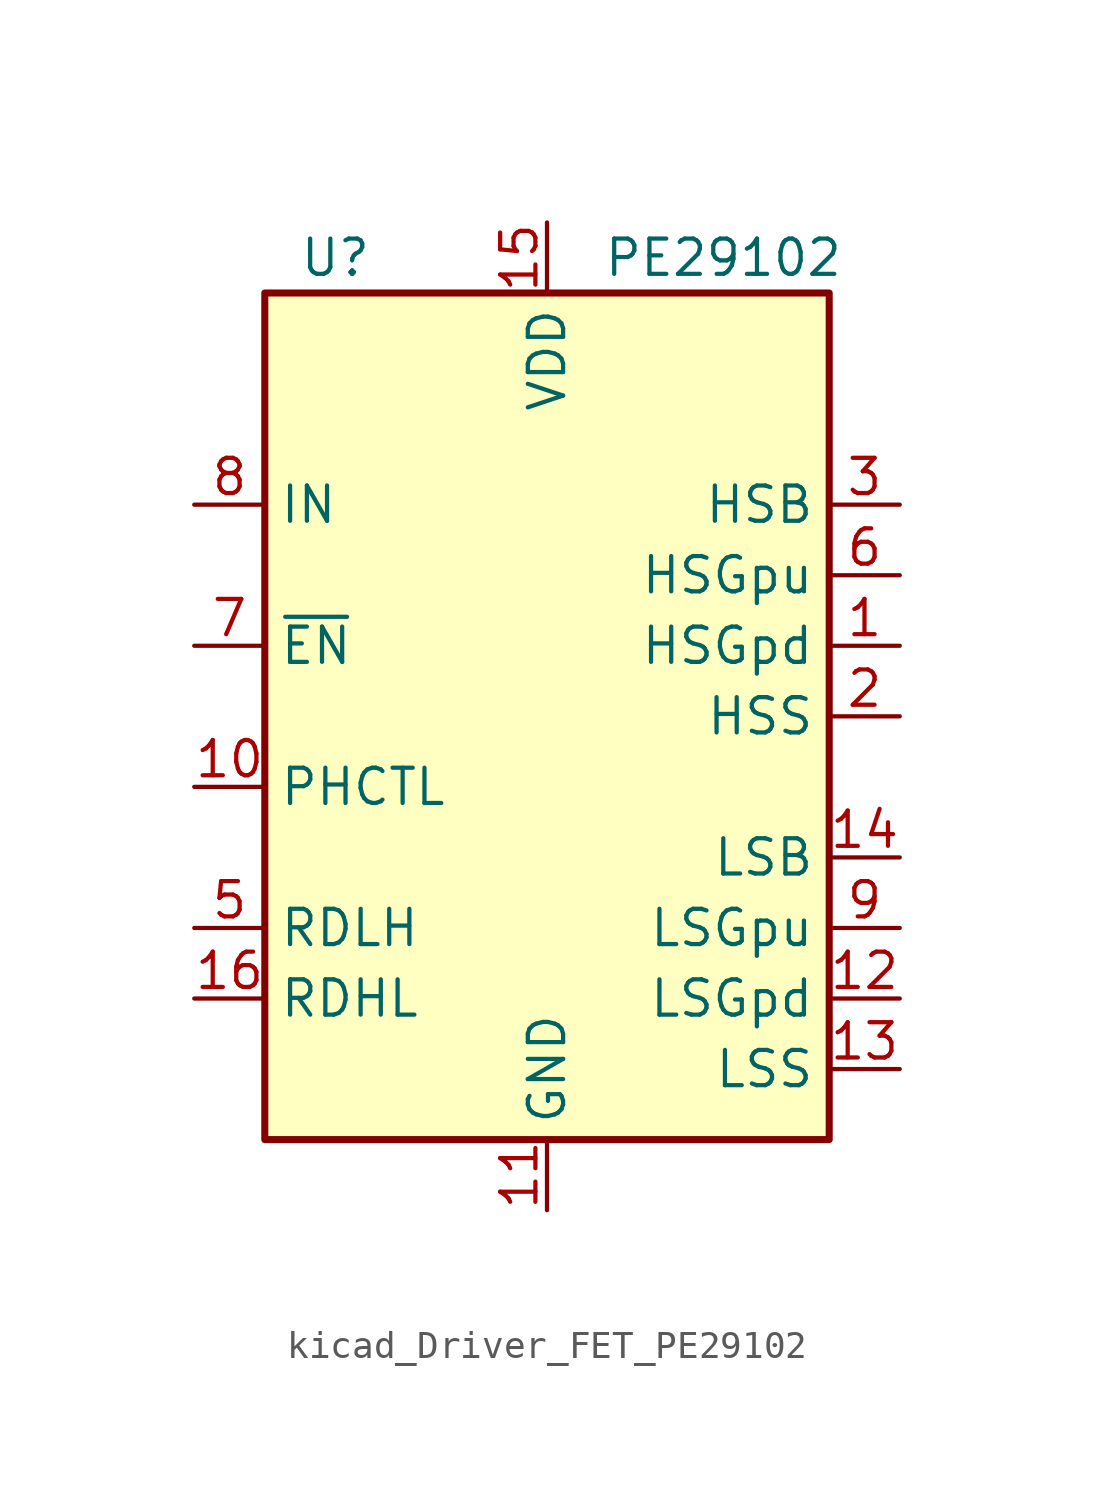
<source format=kicad_sym>
(kicad_symbol_lib
  (version 20220914)
  (generator kicad_symbol_editor)
  (symbol "kicad_Driver_FET_PE29102"
    (property "Reference" "U"
      (at -7.62 16.51 0)
      (effects (font (size 1.27 1.27))))
    (property "Value" "PE29102"
      (at 6.35 16.51 0)
      (effects (font (size 1.27 1.27))))
    (symbol "kicad_Driver_FET_PE29102_0_1"
      (rectangle (start 10.16 15.24) (end -10.16 -15.24) (stroke (width 0.254) (type default)) (fill (type background))))
    (symbol "kicad_Driver_FET_PE29102_1_1"
      (pin output line (at 12.7 2.54 180) (length 2.54) (name "HSGpd" (effects (font (size 1.27 1.27)))) (number "1" (effects (font (size 1.27 1.27)))))
      (pin input line (at -12.7 -2.54 0) (length 2.54) (name "PHCTL" (effects (font (size 1.27 1.27)))) (number "10" (effects (font (size 1.27 1.27)))))
      (pin power_in line (at 0 -17.78 90) (length 2.54) (name "GND" (effects (font (size 1.27 1.27)))) (number "11" (effects (font (size 1.27 1.27)))))
      (pin output line (at 12.7 -10.16 180) (length 2.54) (name "LSGpd" (effects (font (size 1.27 1.27)))) (number "12" (effects (font (size 1.27 1.27)))))
      (pin passive line (at 12.7 -12.7 180) (length 2.54) (name "LSS" (effects (font (size 1.27 1.27)))) (number "13" (effects (font (size 1.27 1.27)))))
      (pin input line (at 12.7 -5.08 180) (length 2.54) (name "LSB" (effects (font (size 1.27 1.27)))) (number "14" (effects (font (size 1.27 1.27)))))
      (pin power_in line (at 0 17.78 270) (length 2.54) (name "VDD" (effects (font (size 1.27 1.27)))) (number "15" (effects (font (size 1.27 1.27)))))
      (pin passive line (at -12.7 -10.16 0) (length 2.54) (name "RDHL" (effects (font (size 1.27 1.27)))) (number "16" (effects (font (size 1.27 1.27)))))
      (pin passive line (at 12.7 0 180) (length 2.54) (name "HSS" (effects (font (size 1.27 1.27)))) (number "2" (effects (font (size 1.27 1.27)))))
      (pin input line (at 12.7 7.62 180) (length 2.54) (name "HSB" (effects (font (size 1.27 1.27)))) (number "3" (effects (font (size 1.27 1.27)))))
      (pin no_connect line (at 10.16 12.7 180) (length 2.54) hide (name "NC" (effects (font (size 1.27 1.27)))) (number "4" (effects (font (size 1.27 1.27)))))
      (pin passive line (at -12.7 -7.62 0) (length 2.54) (name "RDLH" (effects (font (size 1.27 1.27)))) (number "5" (effects (font (size 1.27 1.27)))))
      (pin output line (at 12.7 5.08 180) (length 2.54) (name "HSGpu" (effects (font (size 1.27 1.27)))) (number "6" (effects (font (size 1.27 1.27)))))
      (pin input line (at -12.7 2.54 0) (length 2.54) (name "~{EN}" (effects (font (size 1.27 1.27)))) (number "7" (effects (font (size 1.27 1.27)))))
      (pin input line (at -12.7 7.62 0) (length 2.54) (name "IN" (effects (font (size 1.27 1.27)))) (number "8" (effects (font (size 1.27 1.27)))))
      (pin output line (at 12.7 -7.62 180) (length 2.54) (name "LSGpu" (effects (font (size 1.27 1.27)))) (number "9" (effects (font (size 1.27 1.27))))))))
</source>
